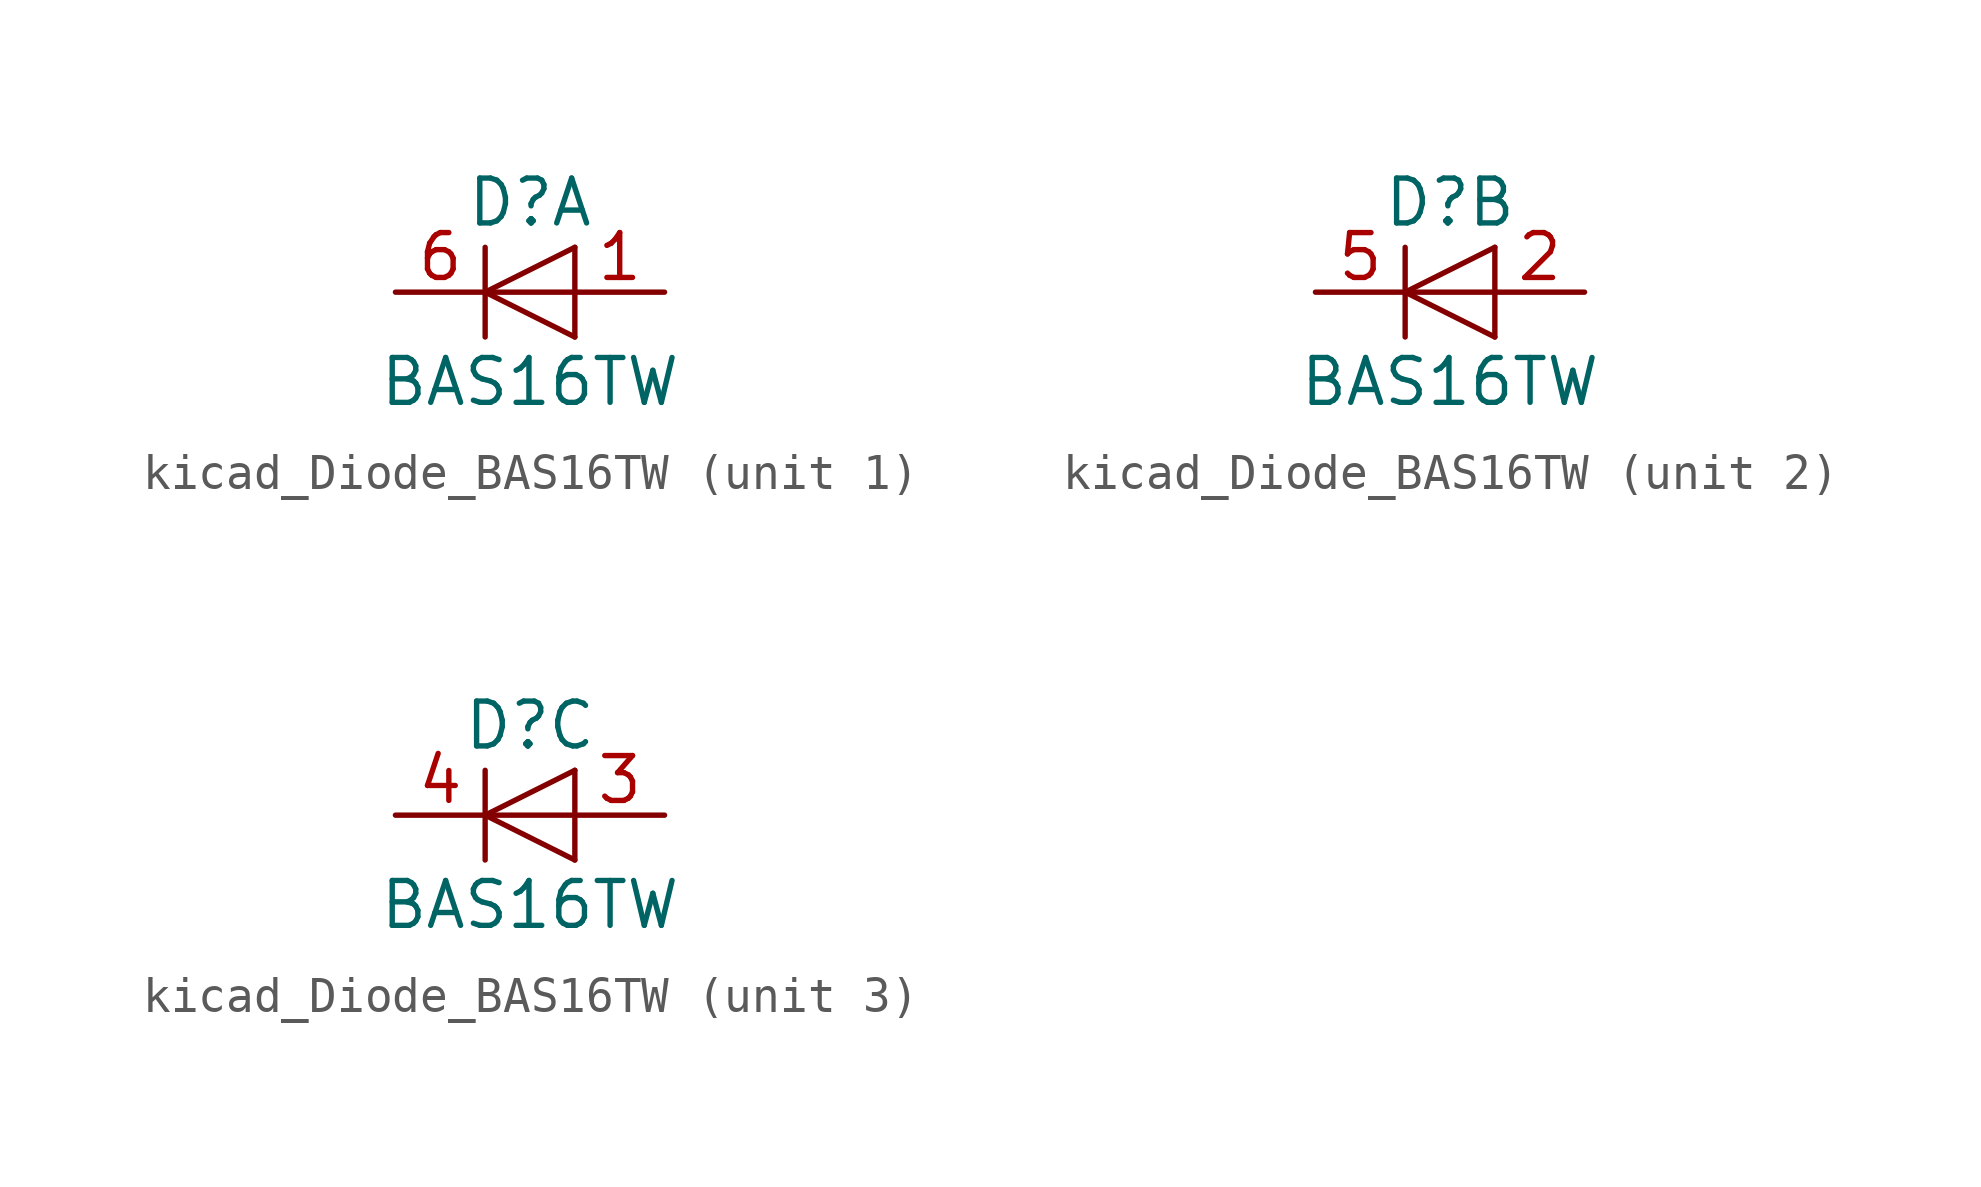
<source format=kicad_sym>
(kicad_symbol_lib
  (version 20220914)
  (generator kicad_symbol_editor)
  (symbol "kicad_Diode_BAS16TW"
    (pin_names
      (offset 1.016) hide)
    (property "Reference" "D"
      (at 0 2.54 0)
      (effects (font (size 1.27 1.27))))
    (property "Value" "BAS16TW"
      (at 0 -2.54 0)
      (effects (font (size 1.27 1.27))))
    (symbol "kicad_Diode_BAS16TW_0_1"
      (polyline (pts (xy -1.27 1.27) (xy -1.27 -1.27)) (stroke (width 0.152) (type default)) (fill (type none)))
      (polyline (pts (xy 1.27 0) (xy -1.27 0)) (stroke (width 0) (type default)) (fill (type none)))
      (polyline (pts (xy 1.27 1.27) (xy 1.27 -1.27)) (stroke (width 0) (type default)) (fill (type none)))
      (polyline (pts (xy 1.27 1.27) (xy -1.27 0) (xy 1.27 -1.27)) (stroke (width 0) (type default)) (fill (type none))))
    (symbol "kicad_Diode_BAS16TW_1_1"
      (pin passive line (at 3.81 0 180) (length 2.54) (name "A" (effects (font (size 1.27 1.27)))) (number "1" (effects (font (size 1.27 1.27)))))
      (pin passive line (at -3.81 0 0) (length 2.54) (name "K" (effects (font (size 1.27 1.27)))) (number "6" (effects (font (size 1.27 1.27))))))
    (symbol "kicad_Diode_BAS16TW_2_1"
      (pin passive line (at 3.81 0 180) (length 2.54) (name "A" (effects (font (size 1.27 1.27)))) (number "2" (effects (font (size 1.27 1.27)))))
      (pin passive line (at -3.81 0 0) (length 2.54) (name "K" (effects (font (size 1.27 1.27)))) (number "5" (effects (font (size 1.27 1.27))))))
    (symbol "kicad_Diode_BAS16TW_3_1"
      (pin passive line (at 3.81 0 180) (length 2.54) (name "A" (effects (font (size 1.27 1.27)))) (number "3" (effects (font (size 1.27 1.27)))))
      (pin passive line (at -3.81 0 0) (length 2.54) (name "K" (effects (font (size 1.27 1.27)))) (number "4" (effects (font (size 1.27 1.27))))))))
</source>
